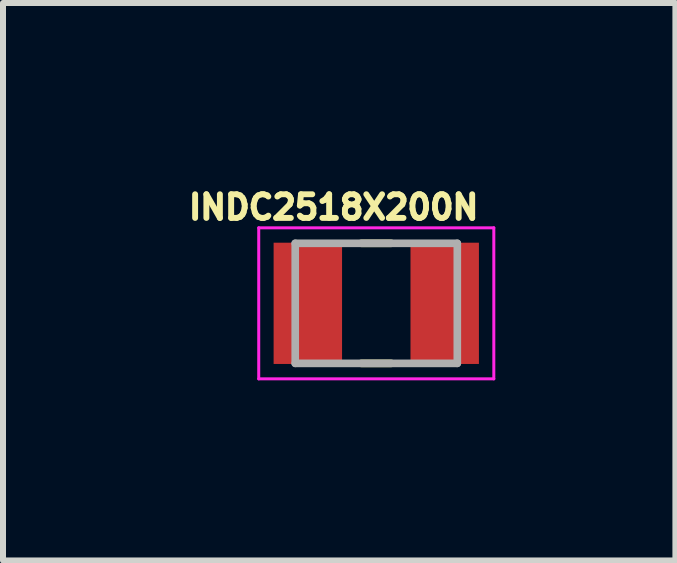
<source format=kicad_pcb>
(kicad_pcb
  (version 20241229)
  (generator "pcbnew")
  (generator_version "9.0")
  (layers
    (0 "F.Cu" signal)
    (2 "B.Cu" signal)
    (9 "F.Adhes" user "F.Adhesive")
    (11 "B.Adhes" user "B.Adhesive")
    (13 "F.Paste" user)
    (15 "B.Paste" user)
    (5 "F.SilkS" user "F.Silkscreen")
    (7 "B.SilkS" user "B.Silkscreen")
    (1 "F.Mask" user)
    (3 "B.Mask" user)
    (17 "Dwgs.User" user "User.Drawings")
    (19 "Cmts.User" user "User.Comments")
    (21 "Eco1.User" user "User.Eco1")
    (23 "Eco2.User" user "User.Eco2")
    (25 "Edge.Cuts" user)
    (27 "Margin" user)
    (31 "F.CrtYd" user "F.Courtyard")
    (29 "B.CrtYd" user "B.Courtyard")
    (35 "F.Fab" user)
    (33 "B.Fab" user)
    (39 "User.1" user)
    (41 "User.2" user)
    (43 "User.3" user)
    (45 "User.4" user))
  (footprint "INDC2518X200N"
    (layer "F.Cu")
    (at 3.218 2.003)
    (property "Reference" "INDC2518X200N" (at -0.71 -1.6 0) (layer "F.SilkS") (effects (font (size 0.394 0.394) (thickness 0.15))))
    (attr through_hole)
    (fp_line (start -0.25 -1) (end 0.25 -1) (stroke (width 0.127) (type solid)) (layer "F.SilkS"))
    (fp_line (start -0.25 1) (end 0.25 1) (stroke (width 0.127) (type solid)) (layer "F.SilkS"))
    (fp_line (start -1.958 -1.258) (end 1.958 -1.258) (stroke (width 0.05) (type solid)) (layer "F.CrtYd"))
    (fp_line (start -1.958 1.258) (end -1.958 -1.258) (stroke (width 0.05) (type solid)) (layer "F.CrtYd"))
    (fp_line (start -1.958 1.258) (end 1.958 1.258) (stroke (width 0.05) (type solid)) (layer "F.CrtYd"))
    (fp_line (start 1.958 1.258) (end 1.958 -1.258) (stroke (width 0.05) (type solid)) (layer "F.CrtYd"))
    (fp_line (start -1.35 1) (end -1.35 -1) (stroke (width 0.127) (type solid)) (layer "F.Fab"))
    (fp_line (start 1.35 -1) (end -1.35 -1) (stroke (width 0.127) (type solid)) (layer "F.Fab"))
    (fp_line (start 1.35 1) (end -1.35 1) (stroke (width 0.127) (type solid)) (layer "F.Fab"))
    (fp_line (start 1.35 1) (end 1.35 -1) (stroke (width 0.127) (type solid)) (layer "F.Fab"))
    (pad "1" smd rect (at -1.14 0) (size 1.14 2.02) (layers "F.Cu" "F.Mask" "F.Paste"))
    (pad "2" smd rect (at 1.14 0) (size 1.14 2.02) (layers "F.Cu" "F.Mask" "F.Paste")))
  (gr_rect
    (start -3 -3)
    (end 8.201 6.286)
    (stroke (width 0.1) (type default))
    (fill no)
    (layer "Edge.Cuts")))
</source>
